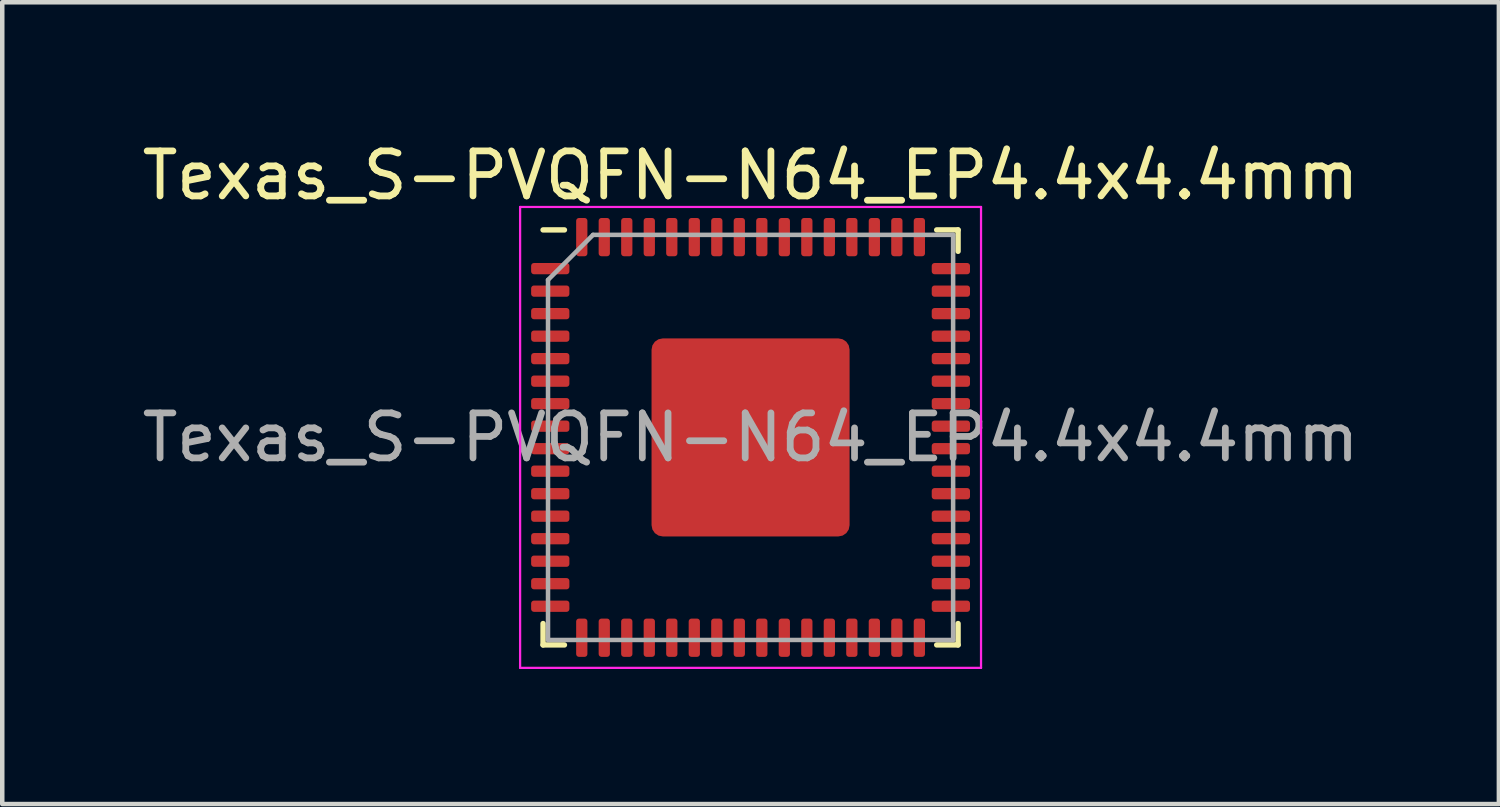
<source format=kicad_pcb>
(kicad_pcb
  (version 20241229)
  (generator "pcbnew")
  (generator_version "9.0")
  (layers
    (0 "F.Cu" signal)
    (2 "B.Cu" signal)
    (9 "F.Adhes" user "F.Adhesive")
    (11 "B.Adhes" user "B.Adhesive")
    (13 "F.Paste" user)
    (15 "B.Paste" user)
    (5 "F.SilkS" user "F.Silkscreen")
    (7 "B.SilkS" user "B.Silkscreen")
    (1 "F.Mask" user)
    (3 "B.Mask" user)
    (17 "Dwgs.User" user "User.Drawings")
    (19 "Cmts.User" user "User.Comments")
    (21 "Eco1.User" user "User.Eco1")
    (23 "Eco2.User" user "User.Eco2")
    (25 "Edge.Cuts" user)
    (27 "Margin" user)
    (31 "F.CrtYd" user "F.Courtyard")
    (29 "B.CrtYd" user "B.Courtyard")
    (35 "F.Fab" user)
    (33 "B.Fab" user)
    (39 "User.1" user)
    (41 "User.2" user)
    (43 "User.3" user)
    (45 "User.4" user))
  (footprint "Texas_S-PVQFN-N64_EP4.4x4.4mm"
    (layer "F.Cu")
    (at 13.625 6.668)
    (property "Reference" "Texas_S-PVQFN-N64_EP4.4x4.4mm" (at 0 -5.82 0) (layer "F.SilkS") (effects (font (size 1 1) (thickness 0.15))))
    (attr smd)
    (fp_line (start -4.61 4.61) (end -4.61 4.135) (stroke (width 0.12) (type solid)) (layer "F.SilkS"))
    (fp_line (start -4.135 -4.61) (end -4.61 -4.61) (stroke (width 0.12) (type solid)) (layer "F.SilkS"))
    (fp_line (start -4.135 4.61) (end -4.61 4.61) (stroke (width 0.12) (type solid)) (layer "F.SilkS"))
    (fp_line (start 4.135 -4.61) (end 4.61 -4.61) (stroke (width 0.12) (type solid)) (layer "F.SilkS"))
    (fp_line (start 4.135 4.61) (end 4.61 4.61) (stroke (width 0.12) (type solid)) (layer "F.SilkS"))
    (fp_line (start 4.61 -4.61) (end 4.61 -4.135) (stroke (width 0.12) (type solid)) (layer "F.SilkS"))
    (fp_line (start 4.61 4.61) (end 4.61 4.135) (stroke (width 0.12) (type solid)) (layer "F.SilkS"))
    (fp_line (start -5.12 -5.12) (end -5.12 5.12) (stroke (width 0.05) (type solid)) (layer "F.CrtYd"))
    (fp_line (start -5.12 5.12) (end 5.12 5.12) (stroke (width 0.05) (type solid)) (layer "F.CrtYd"))
    (fp_line (start 5.12 -5.12) (end -5.12 -5.12) (stroke (width 0.05) (type solid)) (layer "F.CrtYd"))
    (fp_line (start 5.12 5.12) (end 5.12 -5.12) (stroke (width 0.05) (type solid)) (layer "F.CrtYd"))
    (fp_line (start -4.5 -3.5) (end -3.5 -4.5) (stroke (width 0.1) (type solid)) (layer "F.Fab"))
    (fp_line (start -4.5 4.5) (end -4.5 -3.5) (stroke (width 0.1) (type solid)) (layer "F.Fab"))
    (fp_line (start -3.5 -4.5) (end 4.5 -4.5) (stroke (width 0.1) (type solid)) (layer "F.Fab"))
    (fp_line (start 4.5 -4.5) (end 4.5 4.5) (stroke (width 0.1) (type solid)) (layer "F.Fab"))
    (fp_line (start 4.5 4.5) (end -4.5 4.5) (stroke (width 0.1) (type solid)) (layer "F.Fab"))
    (fp_text user "${REFERENCE}" (at 0 0 0) (layer "F.Fab") (effects (font (size 1 1) (thickness 0.15))))
    (pad "" smd roundrect (at -1.1 -1.1) (size 1.77 1.77) (layers "F.Paste") (roundrect_rratio 0.141))
    (pad "" smd roundrect (at -1.1 1.1) (size 1.77 1.77) (layers "F.Paste") (roundrect_rratio 0.141))
    (pad "" smd roundrect (at 1.1 -1.1) (size 1.77 1.77) (layers "F.Paste") (roundrect_rratio 0.141))
    (pad "" smd roundrect (at 1.1 1.1) (size 1.77 1.77) (layers "F.Paste") (roundrect_rratio 0.141))
    (pad "1" smd roundrect (at -4.45 -3.75) (size 0.85 0.25) (layers "F.Cu" "F.Mask" "F.Paste") (roundrect_rratio 0.25))
    (pad "2" smd roundrect (at -4.45 -3.25) (size 0.85 0.25) (layers "F.Cu" "F.Mask" "F.Paste") (roundrect_rratio 0.25))
    (pad "3" smd roundrect (at -4.45 -2.75) (size 0.85 0.25) (layers "F.Cu" "F.Mask" "F.Paste") (roundrect_rratio 0.25))
    (pad "4" smd roundrect (at -4.45 -2.25) (size 0.85 0.25) (layers "F.Cu" "F.Mask" "F.Paste") (roundrect_rratio 0.25))
    (pad "5" smd roundrect (at -4.45 -1.75) (size 0.85 0.25) (layers "F.Cu" "F.Mask" "F.Paste") (roundrect_rratio 0.25))
    (pad "6" smd roundrect (at -4.45 -1.25) (size 0.85 0.25) (layers "F.Cu" "F.Mask" "F.Paste") (roundrect_rratio 0.25))
    (pad "7" smd roundrect (at -4.45 -0.75) (size 0.85 0.25) (layers "F.Cu" "F.Mask" "F.Paste") (roundrect_rratio 0.25))
    (pad "8" smd roundrect (at -4.45 -0.25) (size 0.85 0.25) (layers "F.Cu" "F.Mask" "F.Paste") (roundrect_rratio 0.25))
    (pad "9" smd roundrect (at -4.45 0.25) (size 0.85 0.25) (layers "F.Cu" "F.Mask" "F.Paste") (roundrect_rratio 0.25))
    (pad "10" smd roundrect (at -4.45 0.75) (size 0.85 0.25) (layers "F.Cu" "F.Mask" "F.Paste") (roundrect_rratio 0.25))
    (pad "11" smd roundrect (at -4.45 1.25) (size 0.85 0.25) (layers "F.Cu" "F.Mask" "F.Paste") (roundrect_rratio 0.25))
    (pad "12" smd roundrect (at -4.45 1.75) (size 0.85 0.25) (layers "F.Cu" "F.Mask" "F.Paste") (roundrect_rratio 0.25))
    (pad "13" smd roundrect (at -4.45 2.25) (size 0.85 0.25) (layers "F.Cu" "F.Mask" "F.Paste") (roundrect_rratio 0.25))
    (pad "14" smd roundrect (at -4.45 2.75) (size 0.85 0.25) (layers "F.Cu" "F.Mask" "F.Paste") (roundrect_rratio 0.25))
    (pad "15" smd roundrect (at -4.45 3.25) (size 0.85 0.25) (layers "F.Cu" "F.Mask" "F.Paste") (roundrect_rratio 0.25))
    (pad "16" smd roundrect (at -4.45 3.75) (size 0.85 0.25) (layers "F.Cu" "F.Mask" "F.Paste") (roundrect_rratio 0.25))
    (pad "17" smd roundrect (at -3.75 4.45) (size 0.25 0.85) (layers "F.Cu" "F.Mask" "F.Paste") (roundrect_rratio 0.25))
    (pad "18" smd roundrect (at -3.25 4.45) (size 0.25 0.85) (layers "F.Cu" "F.Mask" "F.Paste") (roundrect_rratio 0.25))
    (pad "19" smd roundrect (at -2.75 4.45) (size 0.25 0.85) (layers "F.Cu" "F.Mask" "F.Paste") (roundrect_rratio 0.25))
    (pad "20" smd roundrect (at -2.25 4.45) (size 0.25 0.85) (layers "F.Cu" "F.Mask" "F.Paste") (roundrect_rratio 0.25))
    (pad "21" smd roundrect (at -1.75 4.45) (size 0.25 0.85) (layers "F.Cu" "F.Mask" "F.Paste") (roundrect_rratio 0.25))
    (pad "22" smd roundrect (at -1.25 4.45) (size 0.25 0.85) (layers "F.Cu" "F.Mask" "F.Paste") (roundrect_rratio 0.25))
    (pad "23" smd roundrect (at -0.75 4.45) (size 0.25 0.85) (layers "F.Cu" "F.Mask" "F.Paste") (roundrect_rratio 0.25))
    (pad "24" smd roundrect (at -0.25 4.45) (size 0.25 0.85) (layers "F.Cu" "F.Mask" "F.Paste") (roundrect_rratio 0.25))
    (pad "25" smd roundrect (at 0.25 4.45) (size 0.25 0.85) (layers "F.Cu" "F.Mask" "F.Paste") (roundrect_rratio 0.25))
    (pad "26" smd roundrect (at 0.75 4.45) (size 0.25 0.85) (layers "F.Cu" "F.Mask" "F.Paste") (roundrect_rratio 0.25))
    (pad "27" smd roundrect (at 1.25 4.45) (size 0.25 0.85) (layers "F.Cu" "F.Mask" "F.Paste") (roundrect_rratio 0.25))
    (pad "28" smd roundrect (at 1.75 4.45) (size 0.25 0.85) (layers "F.Cu" "F.Mask" "F.Paste") (roundrect_rratio 0.25))
    (pad "29" smd roundrect (at 2.25 4.45) (size 0.25 0.85) (layers "F.Cu" "F.Mask" "F.Paste") (roundrect_rratio 0.25))
    (pad "30" smd roundrect (at 2.75 4.45) (size 0.25 0.85) (layers "F.Cu" "F.Mask" "F.Paste") (roundrect_rratio 0.25))
    (pad "31" smd roundrect (at 3.25 4.45) (size 0.25 0.85) (layers "F.Cu" "F.Mask" "F.Paste") (roundrect_rratio 0.25))
    (pad "32" smd roundrect (at 3.75 4.45) (size 0.25 0.85) (layers "F.Cu" "F.Mask" "F.Paste") (roundrect_rratio 0.25))
    (pad "33" smd roundrect (at 4.45 3.75) (size 0.85 0.25) (layers "F.Cu" "F.Mask" "F.Paste") (roundrect_rratio 0.25))
    (pad "34" smd roundrect (at 4.45 3.25) (size 0.85 0.25) (layers "F.Cu" "F.Mask" "F.Paste") (roundrect_rratio 0.25))
    (pad "35" smd roundrect (at 4.45 2.75) (size 0.85 0.25) (layers "F.Cu" "F.Mask" "F.Paste") (roundrect_rratio 0.25))
    (pad "36" smd roundrect (at 4.45 2.25) (size 0.85 0.25) (layers "F.Cu" "F.Mask" "F.Paste") (roundrect_rratio 0.25))
    (pad "37" smd roundrect (at 4.45 1.75) (size 0.85 0.25) (layers "F.Cu" "F.Mask" "F.Paste") (roundrect_rratio 0.25))
    (pad "38" smd roundrect (at 4.45 1.25) (size 0.85 0.25) (layers "F.Cu" "F.Mask" "F.Paste") (roundrect_rratio 0.25))
    (pad "39" smd roundrect (at 4.45 0.75) (size 0.85 0.25) (layers "F.Cu" "F.Mask" "F.Paste") (roundrect_rratio 0.25))
    (pad "40" smd roundrect (at 4.45 0.25) (size 0.85 0.25) (layers "F.Cu" "F.Mask" "F.Paste") (roundrect_rratio 0.25))
    (pad "41" smd roundrect (at 4.45 -0.25) (size 0.85 0.25) (layers "F.Cu" "F.Mask" "F.Paste") (roundrect_rratio 0.25))
    (pad "42" smd roundrect (at 4.45 -0.75) (size 0.85 0.25) (layers "F.Cu" "F.Mask" "F.Paste") (roundrect_rratio 0.25))
    (pad "43" smd roundrect (at 4.45 -1.25) (size 0.85 0.25) (layers "F.Cu" "F.Mask" "F.Paste") (roundrect_rratio 0.25))
    (pad "44" smd roundrect (at 4.45 -1.75) (size 0.85 0.25) (layers "F.Cu" "F.Mask" "F.Paste") (roundrect_rratio 0.25))
    (pad "45" smd roundrect (at 4.45 -2.25) (size 0.85 0.25) (layers "F.Cu" "F.Mask" "F.Paste") (roundrect_rratio 0.25))
    (pad "46" smd roundrect (at 4.45 -2.75) (size 0.85 0.25) (layers "F.Cu" "F.Mask" "F.Paste") (roundrect_rratio 0.25))
    (pad "47" smd roundrect (at 4.45 -3.25) (size 0.85 0.25) (layers "F.Cu" "F.Mask" "F.Paste") (roundrect_rratio 0.25))
    (pad "48" smd roundrect (at 4.45 -3.75) (size 0.85 0.25) (layers "F.Cu" "F.Mask" "F.Paste") (roundrect_rratio 0.25))
    (pad "49" smd roundrect (at 3.75 -4.45) (size 0.25 0.85) (layers "F.Cu" "F.Mask" "F.Paste") (roundrect_rratio 0.25))
    (pad "50" smd roundrect (at 3.25 -4.45) (size 0.25 0.85) (layers "F.Cu" "F.Mask" "F.Paste") (roundrect_rratio 0.25))
    (pad "51" smd roundrect (at 2.75 -4.45) (size 0.25 0.85) (layers "F.Cu" "F.Mask" "F.Paste") (roundrect_rratio 0.25))
    (pad "52" smd roundrect (at 2.25 -4.45) (size 0.25 0.85) (layers "F.Cu" "F.Mask" "F.Paste") (roundrect_rratio 0.25))
    (pad "53" smd roundrect (at 1.75 -4.45) (size 0.25 0.85) (layers "F.Cu" "F.Mask" "F.Paste") (roundrect_rratio 0.25))
    (pad "54" smd roundrect (at 1.25 -4.45) (size 0.25 0.85) (layers "F.Cu" "F.Mask" "F.Paste") (roundrect_rratio 0.25))
    (pad "55" smd roundrect (at 0.75 -4.45) (size 0.25 0.85) (layers "F.Cu" "F.Mask" "F.Paste") (roundrect_rratio 0.25))
    (pad "56" smd roundrect (at 0.25 -4.45) (size 0.25 0.85) (layers "F.Cu" "F.Mask" "F.Paste") (roundrect_rratio 0.25))
    (pad "57" smd roundrect (at -0.25 -4.45) (size 0.25 0.85) (layers "F.Cu" "F.Mask" "F.Paste") (roundrect_rratio 0.25))
    (pad "58" smd roundrect (at -0.75 -4.45) (size 0.25 0.85) (layers "F.Cu" "F.Mask" "F.Paste") (roundrect_rratio 0.25))
    (pad "59" smd roundrect (at -1.25 -4.45) (size 0.25 0.85) (layers "F.Cu" "F.Mask" "F.Paste") (roundrect_rratio 0.25))
    (pad "60" smd roundrect (at -1.75 -4.45) (size 0.25 0.85) (layers "F.Cu" "F.Mask" "F.Paste") (roundrect_rratio 0.25))
    (pad "61" smd roundrect (at -2.25 -4.45) (size 0.25 0.85) (layers "F.Cu" "F.Mask" "F.Paste") (roundrect_rratio 0.25))
    (pad "62" smd roundrect (at -2.75 -4.45) (size 0.25 0.85) (layers "F.Cu" "F.Mask" "F.Paste") (roundrect_rratio 0.25))
    (pad "63" smd roundrect (at -3.25 -4.45) (size 0.25 0.85) (layers "F.Cu" "F.Mask" "F.Paste") (roundrect_rratio 0.25))
    (pad "64" smd roundrect (at -3.75 -4.45) (size 0.25 0.85) (layers "F.Cu" "F.Mask" "F.Paste") (roundrect_rratio 0.25))
    (pad "65" smd roundrect (at 0 0) (size 4.4 4.4) (layers "F.Cu" "F.Mask") (roundrect_rratio 0.057)))
  (gr_rect
    (start -3 -3)
    (end 30.25 14.813)
    (stroke (width 0.1) (type default))
    (fill no)
    (layer "Edge.Cuts")))
</source>
